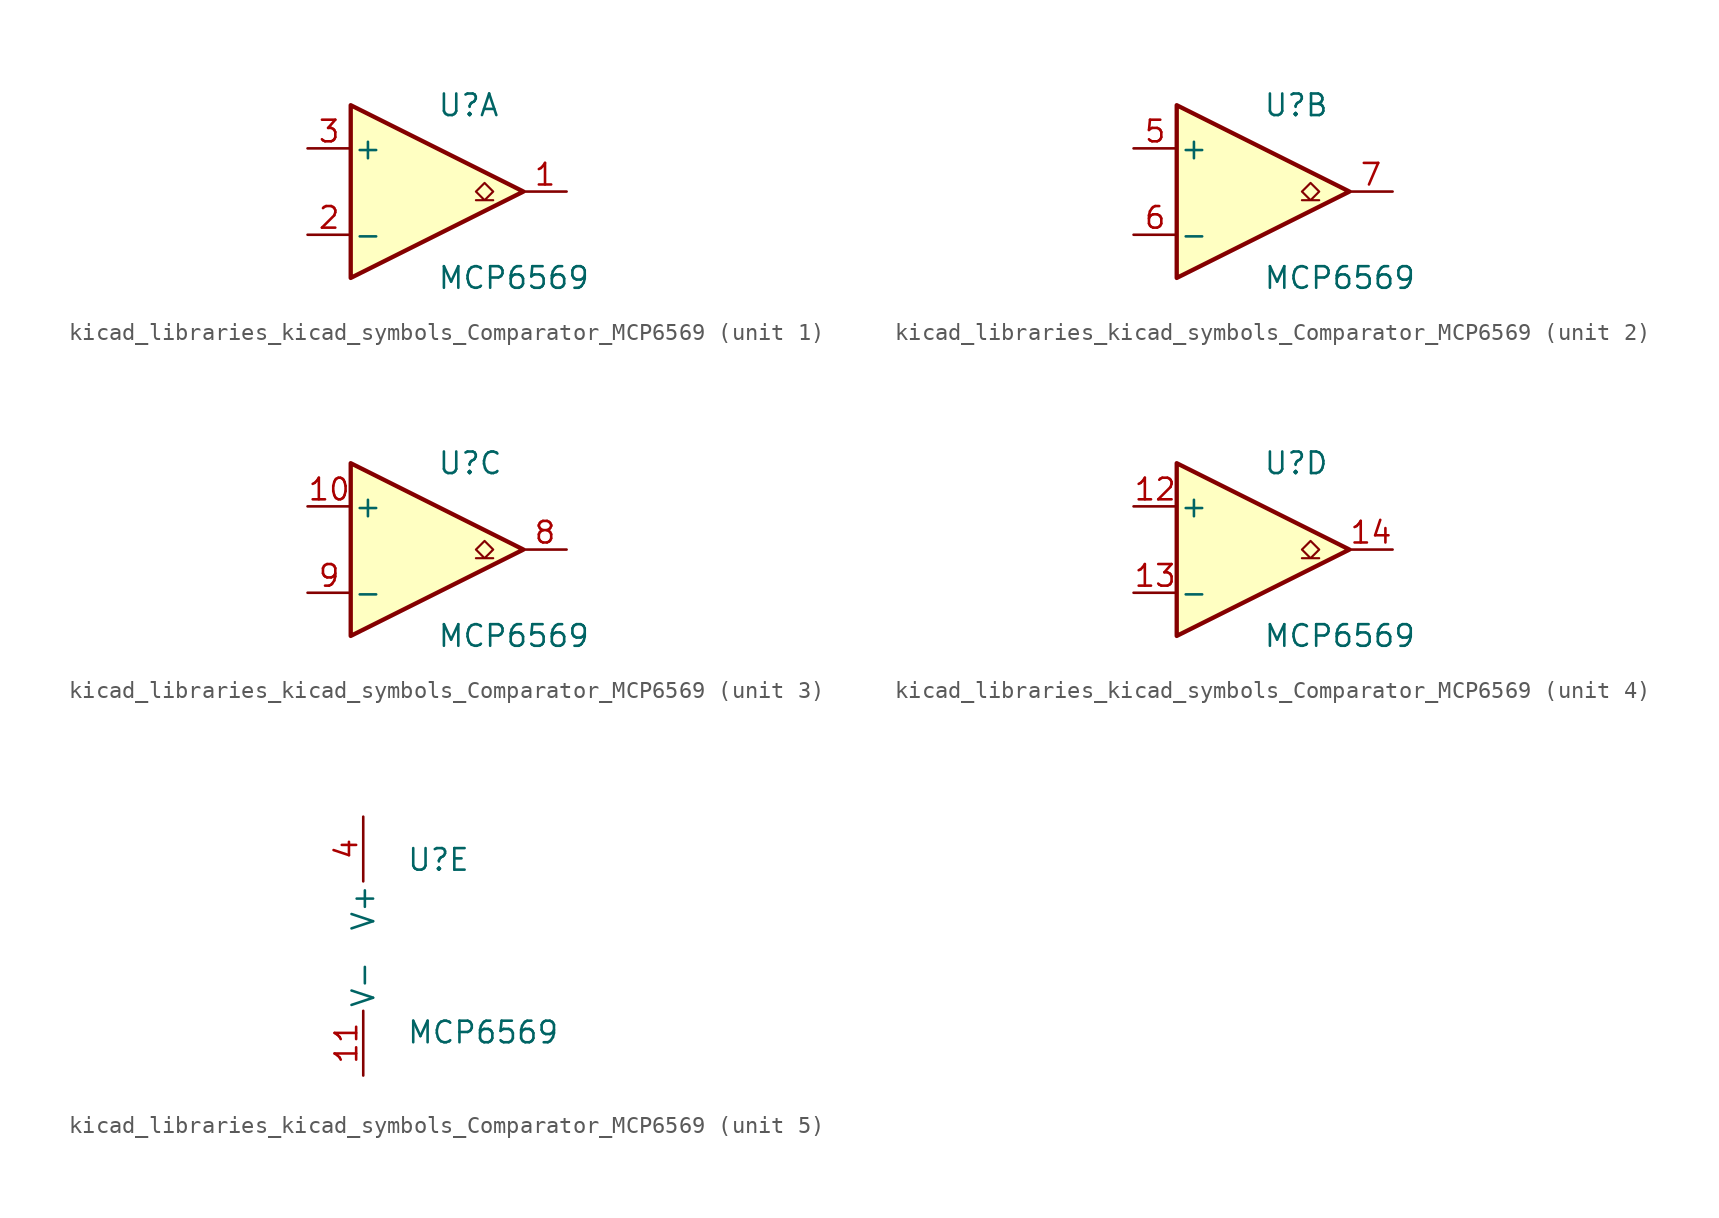
<source format=kicad_sym>
(kicad_symbol_lib
  (version 20220914)
  (generator kicad_symbol_editor)
  (symbol "kicad_libraries_kicad_symbols_Comparator_MCP6569"
    (pin_names
      (offset 0.127))
    (property "Reference" "U"
      (at 0 5.08 0)
      (effects (font (size 1.27 1.27)) (justify left)))
    (property "Value" "MCP6569"
      (at 0 -5.08 0)
      (effects (font (size 1.27 1.27)) (justify left)))
    (property "ki_locked" ""
      (at 0 0 0)
      (effects (font (size 1.27 1.27))))
    (symbol "kicad_libraries_kicad_symbols_Comparator_MCP6569_1_1"
      (polyline (pts (xy -5.08 5.08) (xy 5.08 0) (xy -5.08 -5.08) (xy -5.08 5.08)) (stroke (width 0.254) (type default)) (fill (type background)))
      (polyline (pts (xy 3.302 -0.508) (xy 2.794 -0.508) (xy 3.302 0) (xy 2.794 0.508) (xy 2.286 0) (xy 2.794 -0.508) (xy 2.286 -0.508)) (stroke (width 0.127) (type default)) (fill (type none)))
      (pin open_collector line (at 7.62 0 180) (length 2.54) (name "~" (effects (font (size 1.27 1.27)))) (number "1" (effects (font (size 1.27 1.27)))))
      (pin input line (at -7.62 -2.54 0) (length 2.54) (name "-" (effects (font (size 1.27 1.27)))) (number "2" (effects (font (size 1.27 1.27)))))
      (pin input line (at -7.62 2.54 0) (length 2.54) (name "+" (effects (font (size 1.27 1.27)))) (number "3" (effects (font (size 1.27 1.27))))))
    (symbol "kicad_libraries_kicad_symbols_Comparator_MCP6569_2_1"
      (polyline (pts (xy -5.08 5.08) (xy 5.08 0) (xy -5.08 -5.08) (xy -5.08 5.08)) (stroke (width 0.254) (type default)) (fill (type background)))
      (polyline (pts (xy 3.302 -0.508) (xy 2.794 -0.508) (xy 3.302 0) (xy 2.794 0.508) (xy 2.286 0) (xy 2.794 -0.508) (xy 2.286 -0.508)) (stroke (width 0.127) (type default)) (fill (type none)))
      (pin input line (at -7.62 2.54 0) (length 2.54) (name "+" (effects (font (size 1.27 1.27)))) (number "5" (effects (font (size 1.27 1.27)))))
      (pin input line (at -7.62 -2.54 0) (length 2.54) (name "-" (effects (font (size 1.27 1.27)))) (number "6" (effects (font (size 1.27 1.27)))))
      (pin open_collector line (at 7.62 0 180) (length 2.54) (name "~" (effects (font (size 1.27 1.27)))) (number "7" (effects (font (size 1.27 1.27))))))
    (symbol "kicad_libraries_kicad_symbols_Comparator_MCP6569_3_1"
      (polyline (pts (xy -5.08 5.08) (xy 5.08 0) (xy -5.08 -5.08) (xy -5.08 5.08)) (stroke (width 0.254) (type default)) (fill (type background)))
      (polyline (pts (xy 3.302 -0.508) (xy 2.794 -0.508) (xy 3.302 0) (xy 2.794 0.508) (xy 2.286 0) (xy 2.794 -0.508) (xy 2.286 -0.508)) (stroke (width 0.127) (type default)) (fill (type none)))
      (pin input line (at -7.62 2.54 0) (length 2.54) (name "+" (effects (font (size 1.27 1.27)))) (number "10" (effects (font (size 1.27 1.27)))))
      (pin open_collector line (at 7.62 0 180) (length 2.54) (name "~" (effects (font (size 1.27 1.27)))) (number "8" (effects (font (size 1.27 1.27)))))
      (pin input line (at -7.62 -2.54 0) (length 2.54) (name "-" (effects (font (size 1.27 1.27)))) (number "9" (effects (font (size 1.27 1.27))))))
    (symbol "kicad_libraries_kicad_symbols_Comparator_MCP6569_4_1"
      (polyline (pts (xy -5.08 5.08) (xy 5.08 0) (xy -5.08 -5.08) (xy -5.08 5.08)) (stroke (width 0.254) (type default)) (fill (type background)))
      (polyline (pts (xy 3.302 -0.508) (xy 2.794 -0.508) (xy 3.302 0) (xy 2.794 0.508) (xy 2.286 0) (xy 2.794 -0.508) (xy 2.286 -0.508)) (stroke (width 0.127) (type default)) (fill (type none)))
      (pin input line (at -7.62 2.54 0) (length 2.54) (name "+" (effects (font (size 1.27 1.27)))) (number "12" (effects (font (size 1.27 1.27)))))
      (pin input line (at -7.62 -2.54 0) (length 2.54) (name "-" (effects (font (size 1.27 1.27)))) (number "13" (effects (font (size 1.27 1.27)))))
      (pin open_collector line (at 7.62 0 180) (length 2.54) (name "~" (effects (font (size 1.27 1.27)))) (number "14" (effects (font (size 1.27 1.27))))))
    (symbol "kicad_libraries_kicad_symbols_Comparator_MCP6569_5_1"
      (pin power_in line (at -2.54 -7.62 90) (length 3.81) (name "V-" (effects (font (size 1.27 1.27)))) (number "11" (effects (font (size 1.27 1.27)))))
      (pin power_in line (at -2.54 7.62 270) (length 3.81) (name "V+" (effects (font (size 1.27 1.27)))) (number "4" (effects (font (size 1.27 1.27))))))))
</source>
